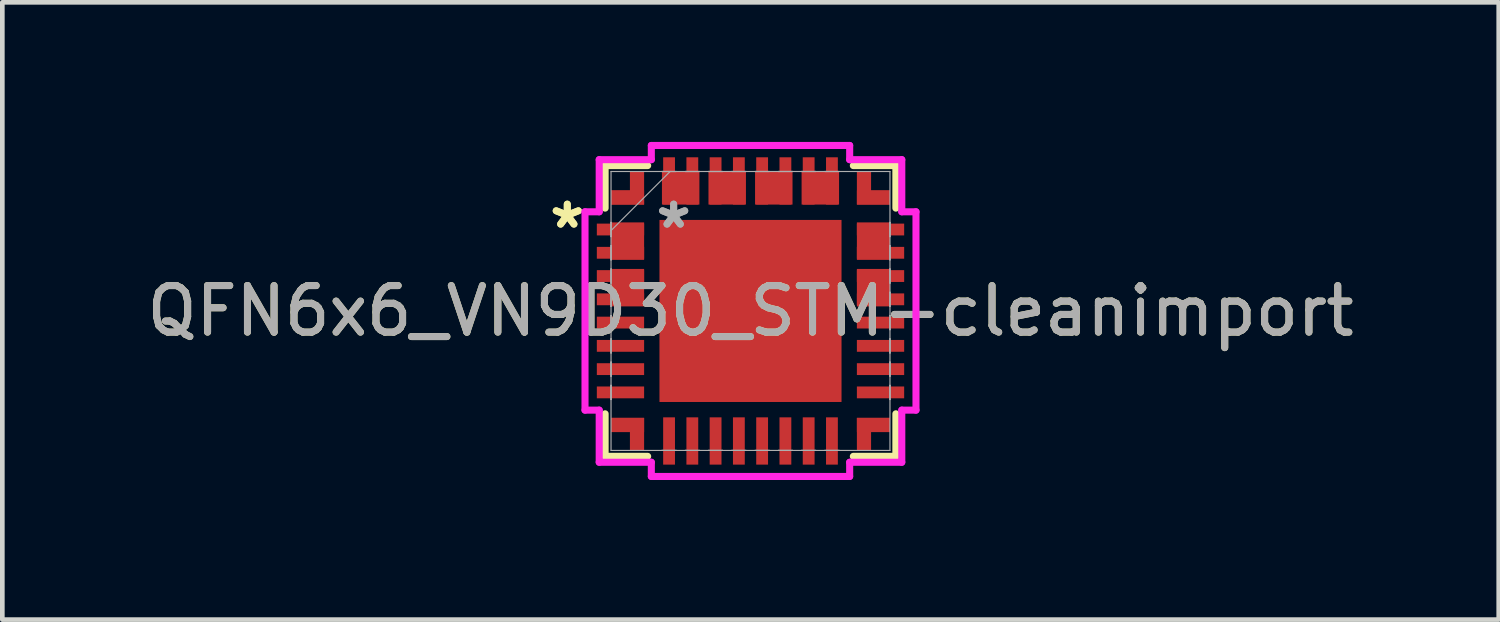
<source format=kicad_pcb>
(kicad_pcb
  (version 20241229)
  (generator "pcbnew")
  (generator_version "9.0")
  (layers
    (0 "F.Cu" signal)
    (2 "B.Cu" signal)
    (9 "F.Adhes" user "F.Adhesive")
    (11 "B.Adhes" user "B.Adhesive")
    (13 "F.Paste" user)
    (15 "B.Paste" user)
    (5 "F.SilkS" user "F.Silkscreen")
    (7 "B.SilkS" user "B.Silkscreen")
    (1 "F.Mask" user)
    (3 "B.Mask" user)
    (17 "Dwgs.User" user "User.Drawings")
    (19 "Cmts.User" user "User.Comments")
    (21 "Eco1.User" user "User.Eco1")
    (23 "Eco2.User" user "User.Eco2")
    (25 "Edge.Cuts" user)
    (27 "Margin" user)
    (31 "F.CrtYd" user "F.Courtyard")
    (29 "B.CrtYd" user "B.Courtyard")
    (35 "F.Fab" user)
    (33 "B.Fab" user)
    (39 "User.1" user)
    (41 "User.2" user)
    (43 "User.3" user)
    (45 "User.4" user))
  (footprint "QFN6x6_VN9D30_STM-cleanimport"
    (layer "F.Cu")
    (at 13.077 3.632)
    (property "Reference" "QFN6x6_VN9D30_STM-cleanimport" (at 0 0 0) (unlocked yes) (layer "F.SilkS") (effects (font (size 1 1) (thickness 0.15))))
    (attr smd)
    (fp_poly (pts (xy -2.286 -1.903) (xy -2.286 -1.098) (xy -2.997 -1.098) (xy -2.997 -1.903)) (stroke (width 0) (type solid)) (fill yes) (layer "F.Cu"))
    (fp_poly (pts (xy -2.286 -0.903) (xy -2.286 -0.098) (xy -2.997 -0.098) (xy -2.997 -0.903)) (stroke (width 0) (type solid)) (fill yes) (layer "F.Cu"))
    (fp_poly (pts (xy -1.903 -2.997) (xy -1.098 -2.997) (xy -1.098 -2.286) (xy -1.903 -2.286)) (stroke (width 0) (type solid)) (fill yes) (layer "F.Cu"))
    (fp_poly (pts (xy -0.903 -2.997) (xy -0.098 -2.997) (xy -0.098 -2.286) (xy -0.903 -2.286)) (stroke (width 0) (type solid)) (fill yes) (layer "F.Cu"))
    (fp_poly (pts (xy 0.098 -2.997) (xy 0.903 -2.997) (xy 0.903 -2.286) (xy 0.098 -2.286)) (stroke (width 0) (type solid)) (fill yes) (layer "F.Cu"))
    (fp_poly (pts (xy 1.098 -2.997) (xy 1.903 -2.997) (xy 1.903 -2.286) (xy 1.098 -2.286)) (stroke (width 0) (type solid)) (fill yes) (layer "F.Cu"))
    (fp_poly (pts (xy 2.997 -1.903) (xy 2.997 -1.098) (xy 2.286 -1.098) (xy 2.286 -1.903)) (stroke (width 0) (type solid)) (fill yes) (layer "F.Cu"))
    (fp_poly (pts (xy 2.997 -0.903) (xy 2.997 -0.098) (xy 2.286 -0.098) (xy 2.286 -0.903)) (stroke (width 0) (type solid)) (fill yes) (layer "F.Cu"))
    (fp_poly (pts (xy -2.286 -2.286) (xy -2.286 -2.997) (xy -2.591 -2.997) (xy -2.591 -2.591) (xy -2.997 -2.591) (xy -2.997 -2.286)) (stroke (width 0) (type solid)) (fill yes) (layer "F.Cu"))
    (fp_poly (pts (xy -2.286 2.297) (xy -2.286 3.008) (xy -2.591 3.008) (xy -2.591 2.602) (xy -2.997 2.602) (xy -2.997 2.297)) (stroke (width 0) (type solid)) (fill yes) (layer "F.Cu"))
    (fp_poly (pts (xy 2.286 -2.286) (xy 2.286 -2.997) (xy 2.591 -2.997) (xy 2.591 -2.591) (xy 2.997 -2.591) (xy 2.997 -2.286)) (stroke (width 0) (type solid)) (fill yes) (layer "F.Cu"))
    (fp_poly (pts (xy 2.286 2.297) (xy 2.286 3.008) (xy 2.591 3.008) (xy 2.591 2.602) (xy 2.997 2.602) (xy 2.997 2.297)) (stroke (width 0) (type solid)) (fill yes) (layer "F.Cu"))
    (fp_poly (pts (xy -2.286 -1.903) (xy -2.286 -1.098) (xy -2.997 -1.098) (xy -2.997 -1.903)) (stroke (width 0) (type solid)) (fill yes) (layer "F.Mask"))
    (fp_poly (pts (xy -2.286 2.297) (xy -2.286 3.008) (xy -2.591 3.008) (xy -2.591 2.602) (xy -2.997 2.602) (xy -2.997 2.297)) (stroke (width 0) (type solid)) (fill yes) (layer "F.Mask"))
    (fp_line (start -3.124 -3.124) (end -3.124 -2.21) (stroke (width 0.152) (type solid)) (layer "F.SilkS"))
    (fp_line (start -3.124 2.21) (end -3.124 3.124) (stroke (width 0.152) (type solid)) (layer "F.SilkS"))
    (fp_line (start -3.124 3.124) (end -2.21 3.124) (stroke (width 0.152) (type solid)) (layer "F.SilkS"))
    (fp_line (start -2.21 -3.124) (end -3.124 -3.124) (stroke (width 0.152) (type solid)) (layer "F.SilkS"))
    (fp_line (start 2.21 3.124) (end 3.124 3.124) (stroke (width 0.152) (type solid)) (layer "F.SilkS"))
    (fp_line (start 3.124 -3.124) (end 2.21 -3.124) (stroke (width 0.152) (type solid)) (layer "F.SilkS"))
    (fp_line (start 3.124 -2.21) (end 3.124 -3.124) (stroke (width 0.152) (type solid)) (layer "F.SilkS"))
    (fp_line (start 3.124 3.124) (end 3.124 2.21) (stroke (width 0.152) (type solid)) (layer "F.SilkS"))
    (fp_poly (pts (xy -2.286 -1.903) (xy -2.286 -1.098) (xy -2.997 -1.098) (xy -2.997 -1.903)) (stroke (width 0) (type solid)) (fill yes) (layer "F.Paste"))
    (fp_poly (pts (xy -2.286 2.297) (xy -2.286 3.008) (xy -2.591 3.008) (xy -2.591 2.602) (xy -2.997 2.602) (xy -2.997 2.297)) (stroke (width 0) (type solid)) (fill yes) (layer "F.Paste"))
    (fp_line (start -3.556 -2.131) (end -3.251 -2.131) (stroke (width 0.152) (type solid)) (layer "F.CrtYd"))
    (fp_line (start -3.556 2.131) (end -3.556 -2.131) (stroke (width 0.152) (type solid)) (layer "F.CrtYd"))
    (fp_line (start -3.251 -3.251) (end -2.131 -3.251) (stroke (width 0.152) (type solid)) (layer "F.CrtYd"))
    (fp_line (start -3.251 -2.131) (end -3.251 -3.251) (stroke (width 0.152) (type solid)) (layer "F.CrtYd"))
    (fp_line (start -3.251 2.131) (end -3.556 2.131) (stroke (width 0.152) (type solid)) (layer "F.CrtYd"))
    (fp_line (start -3.251 3.251) (end -3.251 2.131) (stroke (width 0.152) (type solid)) (layer "F.CrtYd"))
    (fp_line (start -2.131 -3.556) (end 2.131 -3.556) (stroke (width 0.152) (type solid)) (layer "F.CrtYd"))
    (fp_line (start -2.131 -3.251) (end -2.131 -3.556) (stroke (width 0.152) (type solid)) (layer "F.CrtYd"))
    (fp_line (start -2.131 3.251) (end -3.251 3.251) (stroke (width 0.152) (type solid)) (layer "F.CrtYd"))
    (fp_line (start -2.131 3.556) (end -2.131 3.251) (stroke (width 0.152) (type solid)) (layer "F.CrtYd"))
    (fp_line (start 2.131 -3.556) (end 2.131 -3.251) (stroke (width 0.152) (type solid)) (layer "F.CrtYd"))
    (fp_line (start 2.131 -3.251) (end 3.251 -3.251) (stroke (width 0.152) (type solid)) (layer "F.CrtYd"))
    (fp_line (start 2.131 3.251) (end 2.131 3.556) (stroke (width 0.152) (type solid)) (layer "F.CrtYd"))
    (fp_line (start 2.131 3.556) (end -2.131 3.556) (stroke (width 0.152) (type solid)) (layer "F.CrtYd"))
    (fp_line (start 3.251 -3.251) (end 3.251 -2.131) (stroke (width 0.152) (type solid)) (layer "F.CrtYd"))
    (fp_line (start 3.251 -2.131) (end 3.556 -2.131) (stroke (width 0.152) (type solid)) (layer "F.CrtYd"))
    (fp_line (start 3.251 2.131) (end 3.251 3.251) (stroke (width 0.152) (type solid)) (layer "F.CrtYd"))
    (fp_line (start 3.251 3.251) (end 2.131 3.251) (stroke (width 0.152) (type solid)) (layer "F.CrtYd"))
    (fp_line (start 3.556 -2.131) (end 3.556 2.131) (stroke (width 0.152) (type solid)) (layer "F.CrtYd"))
    (fp_line (start 3.556 2.131) (end 3.251 2.131) (stroke (width 0.152) (type solid)) (layer "F.CrtYd"))
    (fp_line (start -2.997 -2.997) (end -2.997 2.997) (stroke (width 0.025) (type solid)) (layer "F.Fab"))
    (fp_line (start -2.997 -1.903) (end -2.997 -1.903) (stroke (width 0.025) (type solid)) (layer "F.Fab"))
    (fp_line (start -2.997 -1.903) (end -2.997 -1.598) (stroke (width 0.025) (type solid)) (layer "F.Fab"))
    (fp_line (start -2.997 -1.727) (end -1.727 -2.997) (stroke (width 0.025) (type solid)) (layer "F.Fab"))
    (fp_line (start -2.997 -1.598) (end -2.997 -1.903) (stroke (width 0.025) (type solid)) (layer "F.Fab"))
    (fp_line (start -2.997 -1.598) (end -2.997 -1.598) (stroke (width 0.025) (type solid)) (layer "F.Fab"))
    (fp_line (start -2.997 -1.403) (end -2.997 -1.403) (stroke (width 0.025) (type solid)) (layer "F.Fab"))
    (fp_line (start -2.997 -1.403) (end -2.997 -1.098) (stroke (width 0.025) (type solid)) (layer "F.Fab"))
    (fp_line (start -2.997 -1.098) (end -2.997 -1.403) (stroke (width 0.025) (type solid)) (layer "F.Fab"))
    (fp_line (start -2.997 -1.098) (end -2.997 -1.098) (stroke (width 0.025) (type solid)) (layer "F.Fab"))
    (fp_line (start -2.997 -0.903) (end -2.997 -0.903) (stroke (width 0.025) (type solid)) (layer "F.Fab"))
    (fp_line (start -2.997 -0.903) (end -2.997 -0.598) (stroke (width 0.025) (type solid)) (layer "F.Fab"))
    (fp_line (start -2.997 -0.598) (end -2.997 -0.903) (stroke (width 0.025) (type solid)) (layer "F.Fab"))
    (fp_line (start -2.997 -0.598) (end -2.997 -0.598) (stroke (width 0.025) (type solid)) (layer "F.Fab"))
    (fp_line (start -2.997 -0.402) (end -2.997 -0.402) (stroke (width 0.025) (type solid)) (layer "F.Fab"))
    (fp_line (start -2.997 -0.402) (end -2.997 -0.098) (stroke (width 0.025) (type solid)) (layer "F.Fab"))
    (fp_line (start -2.997 -0.098) (end -2.997 -0.402) (stroke (width 0.025) (type solid)) (layer "F.Fab"))
    (fp_line (start -2.997 -0.098) (end -2.997 -0.098) (stroke (width 0.025) (type solid)) (layer "F.Fab"))
    (fp_line (start -2.997 0.098) (end -2.997 0.098) (stroke (width 0.025) (type solid)) (layer "F.Fab"))
    (fp_line (start -2.997 0.098) (end -2.997 0.402) (stroke (width 0.025) (type solid)) (layer "F.Fab"))
    (fp_line (start -2.997 0.402) (end -2.997 0.098) (stroke (width 0.025) (type solid)) (layer "F.Fab"))
    (fp_line (start -2.997 0.402) (end -2.997 0.402) (stroke (width 0.025) (type solid)) (layer "F.Fab"))
    (fp_line (start -2.997 0.598) (end -2.997 0.598) (stroke (width 0.025) (type solid)) (layer "F.Fab"))
    (fp_line (start -2.997 0.598) (end -2.997 0.903) (stroke (width 0.025) (type solid)) (layer "F.Fab"))
    (fp_line (start -2.997 0.903) (end -2.997 0.598) (stroke (width 0.025) (type solid)) (layer "F.Fab"))
    (fp_line (start -2.997 0.903) (end -2.997 0.903) (stroke (width 0.025) (type solid)) (layer "F.Fab"))
    (fp_line (start -2.997 1.098) (end -2.997 1.098) (stroke (width 0.025) (type solid)) (layer "F.Fab"))
    (fp_line (start -2.997 1.098) (end -2.997 1.403) (stroke (width 0.025) (type solid)) (layer "F.Fab"))
    (fp_line (start -2.997 1.403) (end -2.997 1.098) (stroke (width 0.025) (type solid)) (layer "F.Fab"))
    (fp_line (start -2.997 1.403) (end -2.997 1.403) (stroke (width 0.025) (type solid)) (layer "F.Fab"))
    (fp_line (start -2.997 1.598) (end -2.997 1.598) (stroke (width 0.025) (type solid)) (layer "F.Fab"))
    (fp_line (start -2.997 1.598) (end -2.997 1.903) (stroke (width 0.025) (type solid)) (layer "F.Fab"))
    (fp_line (start -2.997 1.903) (end -2.997 1.598) (stroke (width 0.025) (type solid)) (layer "F.Fab"))
    (fp_line (start -2.997 1.903) (end -2.997 1.903) (stroke (width 0.025) (type solid)) (layer "F.Fab"))
    (fp_line (start -2.997 2.997) (end 2.997 2.997) (stroke (width 0.025) (type solid)) (layer "F.Fab"))
    (fp_line (start -1.903 -2.997) (end -1.903 -2.997) (stroke (width 0.025) (type solid)) (layer "F.Fab"))
    (fp_line (start -1.903 -2.997) (end -1.598 -2.997) (stroke (width 0.025) (type solid)) (layer "F.Fab"))
    (fp_line (start -1.903 2.997) (end -1.903 2.997) (stroke (width 0.025) (type solid)) (layer "F.Fab"))
    (fp_line (start -1.903 2.997) (end -1.598 2.997) (stroke (width 0.025) (type solid)) (layer "F.Fab"))
    (fp_line (start -1.598 -2.997) (end -1.903 -2.997) (stroke (width 0.025) (type solid)) (layer "F.Fab"))
    (fp_line (start -1.598 -2.997) (end -1.598 -2.997) (stroke (width 0.025) (type solid)) (layer "F.Fab"))
    (fp_line (start -1.598 2.997) (end -1.903 2.997) (stroke (width 0.025) (type solid)) (layer "F.Fab"))
    (fp_line (start -1.598 2.997) (end -1.598 2.997) (stroke (width 0.025) (type solid)) (layer "F.Fab"))
    (fp_line (start -1.403 -2.997) (end -1.403 -2.997) (stroke (width 0.025) (type solid)) (layer "F.Fab"))
    (fp_line (start -1.403 -2.997) (end -1.098 -2.997) (stroke (width 0.025) (type solid)) (layer "F.Fab"))
    (fp_line (start -1.403 2.997) (end -1.403 2.997) (stroke (width 0.025) (type solid)) (layer "F.Fab"))
    (fp_line (start -1.403 2.997) (end -1.098 2.997) (stroke (width 0.025) (type solid)) (layer "F.Fab"))
    (fp_line (start -1.098 -2.997) (end -1.403 -2.997) (stroke (width 0.025) (type solid)) (layer "F.Fab"))
    (fp_line (start -1.098 -2.997) (end -1.098 -2.997) (stroke (width 0.025) (type solid)) (layer "F.Fab"))
    (fp_line (start -1.098 2.997) (end -1.403 2.997) (stroke (width 0.025) (type solid)) (layer "F.Fab"))
    (fp_line (start -1.098 2.997) (end -1.098 2.997) (stroke (width 0.025) (type solid)) (layer "F.Fab"))
    (fp_line (start -0.903 -2.997) (end -0.903 -2.997) (stroke (width 0.025) (type solid)) (layer "F.Fab"))
    (fp_line (start -0.903 -2.997) (end -0.598 -2.997) (stroke (width 0.025) (type solid)) (layer "F.Fab"))
    (fp_line (start -0.903 2.997) (end -0.903 2.997) (stroke (width 0.025) (type solid)) (layer "F.Fab"))
    (fp_line (start -0.903 2.997) (end -0.598 2.997) (stroke (width 0.025) (type solid)) (layer "F.Fab"))
    (fp_line (start -0.598 -2.997) (end -0.903 -2.997) (stroke (width 0.025) (type solid)) (layer "F.Fab"))
    (fp_line (start -0.598 -2.997) (end -0.598 -2.997) (stroke (width 0.025) (type solid)) (layer "F.Fab"))
    (fp_line (start -0.598 2.997) (end -0.903 2.997) (stroke (width 0.025) (type solid)) (layer "F.Fab"))
    (fp_line (start -0.598 2.997) (end -0.598 2.997) (stroke (width 0.025) (type solid)) (layer "F.Fab"))
    (fp_line (start -0.402 -2.997) (end -0.402 -2.997) (stroke (width 0.025) (type solid)) (layer "F.Fab"))
    (fp_line (start -0.402 -2.997) (end -0.098 -2.997) (stroke (width 0.025) (type solid)) (layer "F.Fab"))
    (fp_line (start -0.402 2.997) (end -0.402 2.997) (stroke (width 0.025) (type solid)) (layer "F.Fab"))
    (fp_line (start -0.402 2.997) (end -0.098 2.997) (stroke (width 0.025) (type solid)) (layer "F.Fab"))
    (fp_line (start -0.098 -2.997) (end -0.402 -2.997) (stroke (width 0.025) (type solid)) (layer "F.Fab"))
    (fp_line (start -0.098 -2.997) (end -0.098 -2.997) (stroke (width 0.025) (type solid)) (layer "F.Fab"))
    (fp_line (start -0.098 2.997) (end -0.402 2.997) (stroke (width 0.025) (type solid)) (layer "F.Fab"))
    (fp_line (start -0.098 2.997) (end -0.098 2.997) (stroke (width 0.025) (type solid)) (layer "F.Fab"))
    (fp_line (start 0.098 -2.997) (end 0.098 -2.997) (stroke (width 0.025) (type solid)) (layer "F.Fab"))
    (fp_line (start 0.098 -2.997) (end 0.402 -2.997) (stroke (width 0.025) (type solid)) (layer "F.Fab"))
    (fp_line (start 0.098 2.997) (end 0.098 2.997) (stroke (width 0.025) (type solid)) (layer "F.Fab"))
    (fp_line (start 0.098 2.997) (end 0.402 2.997) (stroke (width 0.025) (type solid)) (layer "F.Fab"))
    (fp_line (start 0.402 -2.997) (end 0.098 -2.997) (stroke (width 0.025) (type solid)) (layer "F.Fab"))
    (fp_line (start 0.402 -2.997) (end 0.402 -2.997) (stroke (width 0.025) (type solid)) (layer "F.Fab"))
    (fp_line (start 0.402 2.997) (end 0.098 2.997) (stroke (width 0.025) (type solid)) (layer "F.Fab"))
    (fp_line (start 0.402 2.997) (end 0.402 2.997) (stroke (width 0.025) (type solid)) (layer "F.Fab"))
    (fp_line (start 0.598 -2.997) (end 0.598 -2.997) (stroke (width 0.025) (type solid)) (layer "F.Fab"))
    (fp_line (start 0.598 -2.997) (end 0.903 -2.997) (stroke (width 0.025) (type solid)) (layer "F.Fab"))
    (fp_line (start 0.598 2.997) (end 0.598 2.997) (stroke (width 0.025) (type solid)) (layer "F.Fab"))
    (fp_line (start 0.598 2.997) (end 0.903 2.997) (stroke (width 0.025) (type solid)) (layer "F.Fab"))
    (fp_line (start 0.903 -2.997) (end 0.598 -2.997) (stroke (width 0.025) (type solid)) (layer "F.Fab"))
    (fp_line (start 0.903 -2.997) (end 0.903 -2.997) (stroke (width 0.025) (type solid)) (layer "F.Fab"))
    (fp_line (start 0.903 2.997) (end 0.598 2.997) (stroke (width 0.025) (type solid)) (layer "F.Fab"))
    (fp_line (start 0.903 2.997) (end 0.903 2.997) (stroke (width 0.025) (type solid)) (layer "F.Fab"))
    (fp_line (start 1.098 -2.997) (end 1.098 -2.997) (stroke (width 0.025) (type solid)) (layer "F.Fab"))
    (fp_line (start 1.098 -2.997) (end 1.403 -2.997) (stroke (width 0.025) (type solid)) (layer "F.Fab"))
    (fp_line (start 1.098 2.997) (end 1.098 2.997) (stroke (width 0.025) (type solid)) (layer "F.Fab"))
    (fp_line (start 1.098 2.997) (end 1.403 2.997) (stroke (width 0.025) (type solid)) (layer "F.Fab"))
    (fp_line (start 1.403 -2.997) (end 1.098 -2.997) (stroke (width 0.025) (type solid)) (layer "F.Fab"))
    (fp_line (start 1.403 -2.997) (end 1.403 -2.997) (stroke (width 0.025) (type solid)) (layer "F.Fab"))
    (fp_line (start 1.403 2.997) (end 1.098 2.997) (stroke (width 0.025) (type solid)) (layer "F.Fab"))
    (fp_line (start 1.403 2.997) (end 1.403 2.997) (stroke (width 0.025) (type solid)) (layer "F.Fab"))
    (fp_line (start 1.598 -2.997) (end 1.598 -2.997) (stroke (width 0.025) (type solid)) (layer "F.Fab"))
    (fp_line (start 1.598 -2.997) (end 1.903 -2.997) (stroke (width 0.025) (type solid)) (layer "F.Fab"))
    (fp_line (start 1.598 2.997) (end 1.598 2.997) (stroke (width 0.025) (type solid)) (layer "F.Fab"))
    (fp_line (start 1.598 2.997) (end 1.903 2.997) (stroke (width 0.025) (type solid)) (layer "F.Fab"))
    (fp_line (start 1.903 -2.997) (end 1.598 -2.997) (stroke (width 0.025) (type solid)) (layer "F.Fab"))
    (fp_line (start 1.903 -2.997) (end 1.903 -2.997) (stroke (width 0.025) (type solid)) (layer "F.Fab"))
    (fp_line (start 1.903 2.997) (end 1.598 2.997) (stroke (width 0.025) (type solid)) (layer "F.Fab"))
    (fp_line (start 1.903 2.997) (end 1.903 2.997) (stroke (width 0.025) (type solid)) (layer "F.Fab"))
    (fp_line (start 2.997 -2.997) (end -2.997 -2.997) (stroke (width 0.025) (type solid)) (layer "F.Fab"))
    (fp_line (start 2.997 -1.903) (end 2.997 -1.903) (stroke (width 0.025) (type solid)) (layer "F.Fab"))
    (fp_line (start 2.997 -1.903) (end 2.997 -1.598) (stroke (width 0.025) (type solid)) (layer "F.Fab"))
    (fp_line (start 2.997 -1.598) (end 2.997 -1.903) (stroke (width 0.025) (type solid)) (layer "F.Fab"))
    (fp_line (start 2.997 -1.598) (end 2.997 -1.598) (stroke (width 0.025) (type solid)) (layer "F.Fab"))
    (fp_line (start 2.997 -1.403) (end 2.997 -1.403) (stroke (width 0.025) (type solid)) (layer "F.Fab"))
    (fp_line (start 2.997 -1.403) (end 2.997 -1.098) (stroke (width 0.025) (type solid)) (layer "F.Fab"))
    (fp_line (start 2.997 -1.098) (end 2.997 -1.403) (stroke (width 0.025) (type solid)) (layer "F.Fab"))
    (fp_line (start 2.997 -1.098) (end 2.997 -1.098) (stroke (width 0.025) (type solid)) (layer "F.Fab"))
    (fp_line (start 2.997 -0.903) (end 2.997 -0.903) (stroke (width 0.025) (type solid)) (layer "F.Fab"))
    (fp_line (start 2.997 -0.903) (end 2.997 -0.598) (stroke (width 0.025) (type solid)) (layer "F.Fab"))
    (fp_line (start 2.997 -0.598) (end 2.997 -0.903) (stroke (width 0.025) (type solid)) (layer "F.Fab"))
    (fp_line (start 2.997 -0.598) (end 2.997 -0.598) (stroke (width 0.025) (type solid)) (layer "F.Fab"))
    (fp_line (start 2.997 -0.402) (end 2.997 -0.402) (stroke (width 0.025) (type solid)) (layer "F.Fab"))
    (fp_line (start 2.997 -0.402) (end 2.997 -0.098) (stroke (width 0.025) (type solid)) (layer "F.Fab"))
    (fp_line (start 2.997 -0.098) (end 2.997 -0.402) (stroke (width 0.025) (type solid)) (layer "F.Fab"))
    (fp_line (start 2.997 -0.098) (end 2.997 -0.098) (stroke (width 0.025) (type solid)) (layer "F.Fab"))
    (fp_line (start 2.997 0.098) (end 2.997 0.098) (stroke (width 0.025) (type solid)) (layer "F.Fab"))
    (fp_line (start 2.997 0.098) (end 2.997 0.402) (stroke (width 0.025) (type solid)) (layer "F.Fab"))
    (fp_line (start 2.997 0.402) (end 2.997 0.098) (stroke (width 0.025) (type solid)) (layer "F.Fab"))
    (fp_line (start 2.997 0.402) (end 2.997 0.402) (stroke (width 0.025) (type solid)) (layer "F.Fab"))
    (fp_line (start 2.997 0.598) (end 2.997 0.598) (stroke (width 0.025) (type solid)) (layer "F.Fab"))
    (fp_line (start 2.997 0.598) (end 2.997 0.903) (stroke (width 0.025) (type solid)) (layer "F.Fab"))
    (fp_line (start 2.997 0.903) (end 2.997 0.598) (stroke (width 0.025) (type solid)) (layer "F.Fab"))
    (fp_line (start 2.997 0.903) (end 2.997 0.903) (stroke (width 0.025) (type solid)) (layer "F.Fab"))
    (fp_line (start 2.997 1.098) (end 2.997 1.098) (stroke (width 0.025) (type solid)) (layer "F.Fab"))
    (fp_line (start 2.997 1.098) (end 2.997 1.403) (stroke (width 0.025) (type solid)) (layer "F.Fab"))
    (fp_line (start 2.997 1.403) (end 2.997 1.098) (stroke (width 0.025) (type solid)) (layer "F.Fab"))
    (fp_line (start 2.997 1.403) (end 2.997 1.403) (stroke (width 0.025) (type solid)) (layer "F.Fab"))
    (fp_line (start 2.997 1.598) (end 2.997 1.598) (stroke (width 0.025) (type solid)) (layer "F.Fab"))
    (fp_line (start 2.997 1.598) (end 2.997 1.903) (stroke (width 0.025) (type solid)) (layer "F.Fab"))
    (fp_line (start 2.997 1.903) (end 2.997 1.598) (stroke (width 0.025) (type solid)) (layer "F.Fab"))
    (fp_line (start 2.997 1.903) (end 2.997 1.903) (stroke (width 0.025) (type solid)) (layer "F.Fab"))
    (fp_line (start 2.997 2.997) (end 2.997 -2.997) (stroke (width 0.025) (type solid)) (layer "F.Fab"))
    (fp_text user "*" (at -3.937 -1.75 0) (layer "F.SilkS") (effects (font (size 1 1) (thickness 0.15))))
    (fp_text user "*" (at -3.937 -1.75 0) (unlocked yes) (layer "F.SilkS") (effects (font (size 1 1) (thickness 0.15))))
    (fp_text user "${REFERENCE}" (at 0 0 0) (unlocked yes) (layer "F.Fab") (effects (font (size 1 1) (thickness 0.15))))
    (fp_text user "*" (at -1.651 -1.75 0) (layer "F.Fab") (effects (font (size 1 1) (thickness 0.15))))
    (fp_text user "*" (at -1.651 -1.75 0) (unlocked yes) (layer "F.Fab") (effects (font (size 1 1) (thickness 0.15))))
    (pad "1" smd rect (at -2.794 -1.75 90) (size 0.254 1.016) (layers "F.Cu" "F.Mask" "F.Paste"))
    (pad "2" smd rect (at -2.794 -1.25 90) (size 0.254 1.016) (layers "F.Cu" "F.Mask" "F.Paste"))
    (pad "3" smd rect (at -2.794 -0.75 90) (size 0.254 1.016) (layers "F.Cu" "F.Mask" "F.Paste"))
    (pad "4" smd rect (at -2.794 -0.25 90) (size 0.254 1.016) (layers "F.Cu" "F.Mask" "F.Paste"))
    (pad "5" smd rect (at -2.794 0.25 90) (size 0.254 1.016) (layers "F.Cu" "F.Mask" "F.Paste"))
    (pad "6" smd rect (at -2.794 0.75 90) (size 0.254 1.016) (layers "F.Cu" "F.Mask" "F.Paste"))
    (pad "7" smd rect (at -2.794 1.25 90) (size 0.254 1.016) (layers "F.Cu" "F.Mask" "F.Paste"))
    (pad "8" smd rect (at -2.794 1.75 90) (size 0.254 1.016) (layers "F.Cu" "F.Mask" "F.Paste"))
    (pad "9" smd rect (at -1.75 2.794) (size 0.254 1.016) (layers "F.Cu" "F.Mask" "F.Paste"))
    (pad "10" smd rect (at -1.25 2.794) (size 0.254 1.016) (layers "F.Cu" "F.Mask" "F.Paste"))
    (pad "11" smd rect (at -0.75 2.794) (size 0.254 1.016) (layers "F.Cu" "F.Mask" "F.Paste"))
    (pad "12" smd rect (at -0.25 2.794) (size 0.254 1.016) (layers "F.Cu" "F.Mask" "F.Paste"))
    (pad "13" smd rect (at 0.25 2.794) (size 0.254 1.016) (layers "F.Cu" "F.Mask" "F.Paste"))
    (pad "14" smd rect (at 0.75 2.794) (size 0.254 1.016) (layers "F.Cu" "F.Mask" "F.Paste"))
    (pad "15" smd rect (at 1.25 2.794) (size 0.254 1.016) (layers "F.Cu" "F.Mask" "F.Paste"))
    (pad "16" smd rect (at 1.75 2.794) (size 0.254 1.016) (layers "F.Cu" "F.Mask" "F.Paste"))
    (pad "17" smd rect (at 2.794 1.75 90) (size 0.254 1.016) (layers "F.Cu" "F.Mask" "F.Paste"))
    (pad "18" smd rect (at 2.794 1.25 90) (size 0.254 1.016) (layers "F.Cu" "F.Mask" "F.Paste"))
    (pad "19" smd rect (at 2.794 0.75 90) (size 0.254 1.016) (layers "F.Cu" "F.Mask" "F.Paste"))
    (pad "20" smd rect (at 2.794 0.25 90) (size 0.254 1.016) (layers "F.Cu" "F.Mask" "F.Paste"))
    (pad "21" smd rect (at 2.794 -0.25 90) (size 0.254 1.016) (layers "F.Cu" "F.Mask" "F.Paste"))
    (pad "22" smd rect (at 2.794 -0.75 90) (size 0.254 1.016) (layers "F.Cu" "F.Mask" "F.Paste"))
    (pad "23" smd rect (at 2.794 -1.25 90) (size 0.254 1.016) (layers "F.Cu" "F.Mask" "F.Paste"))
    (pad "24" smd rect (at 2.794 -1.75 90) (size 0.254 1.016) (layers "F.Cu" "F.Mask" "F.Paste"))
    (pad "25" smd rect (at 1.75 -2.794) (size 0.254 1.016) (layers "F.Cu" "F.Mask" "F.Paste"))
    (pad "26" smd rect (at 1.25 -2.794) (size 0.254 1.016) (layers "F.Cu" "F.Mask" "F.Paste"))
    (pad "27" smd rect (at 0.75 -2.794) (size 0.254 1.016) (layers "F.Cu" "F.Mask" "F.Paste"))
    (pad "28" smd rect (at 0.25 -2.794) (size 0.254 1.016) (layers "F.Cu" "F.Mask" "F.Paste"))
    (pad "29" smd rect (at -0.25 -2.794) (size 0.254 1.016) (layers "F.Cu" "F.Mask" "F.Paste"))
    (pad "30" smd rect (at -0.75 -2.794) (size 0.254 1.016) (layers "F.Cu" "F.Mask" "F.Paste"))
    (pad "31" smd rect (at -1.25 -2.794) (size 0.254 1.016) (layers "F.Cu" "F.Mask" "F.Paste"))
    (pad "32" smd rect (at -1.75 -2.794) (size 0.254 1.016) (layers "F.Cu" "F.Mask" "F.Paste"))
    (pad "33" smd rect (at -2.642 -2.438) (size 0.711 0.305) (layers "F.Cu" "F.Mask"))
    (pad "34" smd rect (at -2.642 2.45) (size 0.711 0.305) (layers "F.Cu" "F.Mask"))
    (pad "35" smd rect (at 2.642 2.45) (size 0.711 0.305) (layers "F.Cu" "F.Mask"))
    (pad "36" smd rect (at 2.642 -2.438) (size 0.711 0.305) (layers "F.Cu" "F.Mask"))
    (pad "37" smd rect (at 0 0) (size 3.912 3.912) (layers "F.Cu" "F.Paste")))
  (gr_rect
    (start -3 -3)
    (end 29.155 10.264)
    (stroke (width 0.1) (type default))
    (fill no)
    (layer "Edge.Cuts")))
</source>
